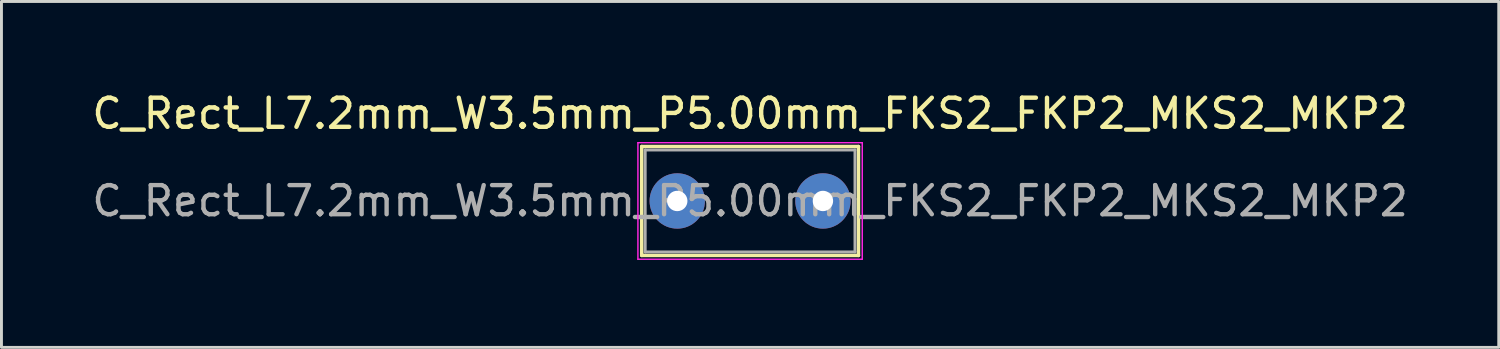
<source format=kicad_pcb>
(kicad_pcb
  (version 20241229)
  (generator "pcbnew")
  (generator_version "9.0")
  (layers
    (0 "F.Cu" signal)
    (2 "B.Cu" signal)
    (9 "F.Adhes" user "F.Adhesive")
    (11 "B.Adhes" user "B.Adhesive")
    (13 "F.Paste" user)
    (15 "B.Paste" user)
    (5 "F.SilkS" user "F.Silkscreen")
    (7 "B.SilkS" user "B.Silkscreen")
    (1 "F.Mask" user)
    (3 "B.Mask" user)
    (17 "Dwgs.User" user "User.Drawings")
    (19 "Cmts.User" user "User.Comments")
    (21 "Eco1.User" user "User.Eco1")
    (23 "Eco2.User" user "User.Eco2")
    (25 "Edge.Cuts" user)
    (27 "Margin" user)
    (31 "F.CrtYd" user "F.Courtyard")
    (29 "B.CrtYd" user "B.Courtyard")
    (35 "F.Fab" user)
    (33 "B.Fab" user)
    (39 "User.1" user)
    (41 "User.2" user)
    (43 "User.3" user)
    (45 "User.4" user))
  (footprint "C_Rect_L7.2mm_W3.5mm_P5.00mm_FKS2_FKP2_MKS2_MKP2"
    (layer "F.Cu")
    (at 20.196 3.848)
    (property "Reference" "C_Rect_L7.2mm_W3.5mm_P5.00mm_FKS2_FKP2_MKS2_MKP2" (at 2.5 -3 0) (layer "F.SilkS") (effects (font (size 1 1) (thickness 0.15))))
    (attr through_hole)
    (fp_line (start -1.22 -1.87) (end -1.22 1.87) (stroke (width 0.12) (type solid)) (layer "F.SilkS"))
    (fp_line (start -1.22 -1.87) (end 6.22 -1.87) (stroke (width 0.12) (type solid)) (layer "F.SilkS"))
    (fp_line (start -1.22 1.87) (end 6.22 1.87) (stroke (width 0.12) (type solid)) (layer "F.SilkS"))
    (fp_line (start 6.22 -1.87) (end 6.22 1.87) (stroke (width 0.12) (type solid)) (layer "F.SilkS"))
    (fp_line (start -1.35 -2) (end -1.35 2) (stroke (width 0.05) (type solid)) (layer "F.CrtYd"))
    (fp_line (start -1.35 2) (end 6.35 2) (stroke (width 0.05) (type solid)) (layer "F.CrtYd"))
    (fp_line (start 6.35 -2) (end -1.35 -2) (stroke (width 0.05) (type solid)) (layer "F.CrtYd"))
    (fp_line (start 6.35 2) (end 6.35 -2) (stroke (width 0.05) (type solid)) (layer "F.CrtYd"))
    (fp_line (start -1.1 -1.75) (end -1.1 1.75) (stroke (width 0.1) (type solid)) (layer "F.Fab"))
    (fp_line (start -1.1 1.75) (end 6.1 1.75) (stroke (width 0.1) (type solid)) (layer "F.Fab"))
    (fp_line (start 6.1 -1.75) (end -1.1 -1.75) (stroke (width 0.1) (type solid)) (layer "F.Fab"))
    (fp_line (start 6.1 1.75) (end 6.1 -1.75) (stroke (width 0.1) (type solid)) (layer "F.Fab"))
    (fp_text user "${REFERENCE}" (at 2.5 0 0) (layer "F.Fab") (effects (font (size 1 1) (thickness 0.15))))
    (pad "1" thru_hole circle (at 0 0) (size 1.9 1.9) (drill 0.7) (layers "*.Cu" "*.Mask"))
    (pad "2" thru_hole circle (at 5 0) (size 1.9 1.9) (drill 0.7) (layers "*.Cu" "*.Mask")))
  (gr_rect
    (start -3 -3)
    (end 48.393 8.873)
    (stroke (width 0.1) (type default))
    (fill no)
    (layer "Edge.Cuts")))
</source>
